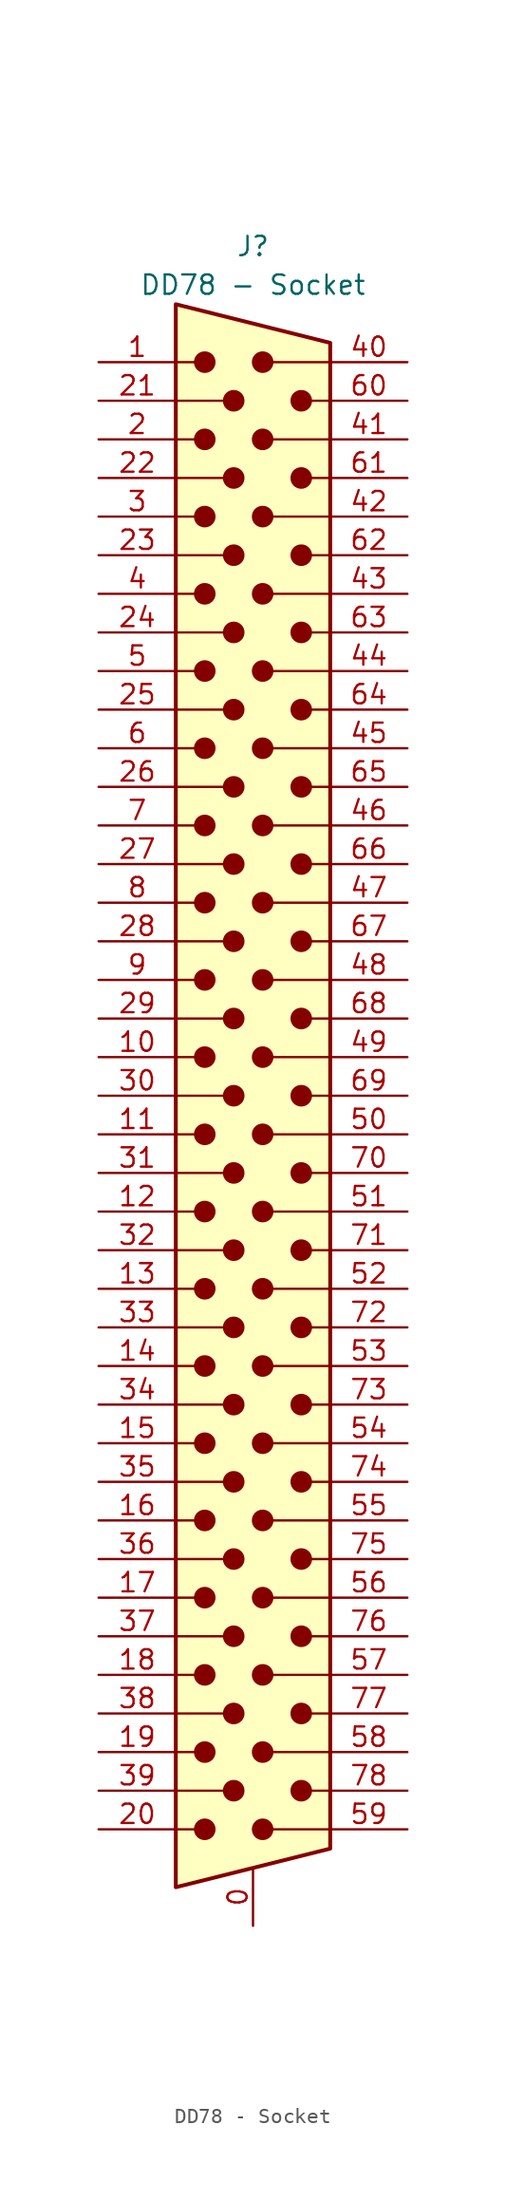
<source format=kicad_sym>
(kicad_symbol_lib
  (version 20220914)
  (generator kicad_symbol_editor)
  (symbol "DD78 - Socket"
    (pin_names
      (offset 1.016) hide)
    (property "Reference" "J"
      (at 0 55.88 0)
      (effects (font (size 1.27 1.27))))
    (property "Value" "DD78 - Socket"
      (at 0 53.34 0)
      (effects (font (size 1.27 1.27))))
    (symbol "DD78 - Socket_0_1"
      (circle (center -3.175 -48.26) (radius 0.635) (stroke (width 0) (type default)) (fill (type outline)))
      (circle (center -3.175 -43.18) (radius 0.635) (stroke (width 0) (type default)) (fill (type outline)))
      (circle (center -3.175 -38.1) (radius 0.635) (stroke (width 0) (type default)) (fill (type outline)))
      (circle (center -3.175 -33.02) (radius 0.635) (stroke (width 0) (type default)) (fill (type outline)))
      (circle (center -3.175 -27.94) (radius 0.635) (stroke (width 0) (type default)) (fill (type outline)))
      (circle (center -3.175 -22.86) (radius 0.635) (stroke (width 0) (type default)) (fill (type outline)))
      (circle (center -3.175 -17.78) (radius 0.635) (stroke (width 0) (type default)) (fill (type outline)))
      (circle (center -3.175 -12.7) (radius 0.635) (stroke (width 0) (type default)) (fill (type outline)))
      (circle (center -3.175 -7.62) (radius 0.635) (stroke (width 0) (type default)) (fill (type outline)))
      (circle (center -3.175 -2.54) (radius 0.635) (stroke (width 0) (type default)) (fill (type outline)))
      (circle (center -3.175 2.54) (radius 0.635) (stroke (width 0) (type default)) (fill (type outline)))
      (circle (center -3.175 7.62) (radius 0.635) (stroke (width 0) (type default)) (fill (type outline)))
      (circle (center -3.175 12.7) (radius 0.635) (stroke (width 0) (type default)) (fill (type outline)))
      (circle (center -3.175 17.78) (radius 0.635) (stroke (width 0) (type default)) (fill (type outline)))
      (circle (center -3.175 22.86) (radius 0.635) (stroke (width 0) (type default)) (fill (type outline)))
      (circle (center -3.175 27.94) (radius 0.635) (stroke (width 0) (type default)) (fill (type outline)))
      (circle (center -3.175 33.02) (radius 0.635) (stroke (width 0) (type default)) (fill (type outline)))
      (circle (center -3.175 38.1) (radius 0.635) (stroke (width 0) (type default)) (fill (type outline)))
      (circle (center -3.175 43.18) (radius 0.635) (stroke (width 0) (type default)) (fill (type outline)))
      (circle (center -3.175 48.26) (radius 0.635) (stroke (width 0) (type default)) (fill (type outline)))
      (circle (center -1.27 -45.72) (radius 0.635) (stroke (width 0) (type default)) (fill (type outline)))
      (circle (center -1.27 -40.64) (radius 0.635) (stroke (width 0) (type default)) (fill (type outline)))
      (circle (center -1.27 -35.56) (radius 0.635) (stroke (width 0) (type default)) (fill (type outline)))
      (circle (center -1.27 -30.48) (radius 0.635) (stroke (width 0) (type default)) (fill (type outline)))
      (circle (center -1.27 -25.4) (radius 0.635) (stroke (width 0) (type default)) (fill (type outline)))
      (circle (center -1.27 -20.32) (radius 0.635) (stroke (width 0) (type default)) (fill (type outline)))
      (circle (center -1.27 -15.24) (radius 0.635) (stroke (width 0) (type default)) (fill (type outline)))
      (circle (center -1.27 -10.16) (radius 0.635) (stroke (width 0) (type default)) (fill (type outline)))
      (circle (center -1.27 -5.08) (radius 0.635) (stroke (width 0) (type default)) (fill (type outline)))
      (circle (center -1.27 0) (radius 0.635) (stroke (width 0) (type default)) (fill (type outline)))
      (circle (center -1.27 5.08) (radius 0.635) (stroke (width 0) (type default)) (fill (type outline)))
      (circle (center -1.27 10.16) (radius 0.635) (stroke (width 0) (type default)) (fill (type outline)))
      (circle (center -1.27 15.24) (radius 0.635) (stroke (width 0) (type default)) (fill (type outline)))
      (circle (center -1.27 20.32) (radius 0.635) (stroke (width 0) (type default)) (fill (type outline)))
      (circle (center -1.27 25.4) (radius 0.635) (stroke (width 0) (type default)) (fill (type outline)))
      (circle (center -1.27 30.48) (radius 0.635) (stroke (width 0) (type default)) (fill (type outline)))
      (circle (center -1.27 35.56) (radius 0.635) (stroke (width 0) (type default)) (fill (type outline)))
      (circle (center -1.27 40.64) (radius 0.635) (stroke (width 0) (type default)) (fill (type outline)))
      (circle (center -1.27 45.72) (radius 0.635) (stroke (width 0) (type default)) (fill (type outline)))
      (polyline (pts (xy -3.81 -48.26) (xy -5.08 -48.26)) (stroke (width 0) (type default)) (fill (type none)))
      (polyline (pts (xy -3.81 -43.18) (xy -5.08 -43.18)) (stroke (width 0) (type default)) (fill (type none)))
      (polyline (pts (xy -3.81 -38.1) (xy -5.08 -38.1)) (stroke (width 0) (type default)) (fill (type none)))
      (polyline (pts (xy -3.81 -33.02) (xy -5.08 -33.02)) (stroke (width 0) (type default)) (fill (type none)))
      (polyline (pts (xy -3.81 -27.94) (xy -5.08 -27.94)) (stroke (width 0) (type default)) (fill (type none)))
      (polyline (pts (xy -3.81 -22.86) (xy -5.08 -22.86)) (stroke (width 0) (type default)) (fill (type none)))
      (polyline (pts (xy -3.81 -17.78) (xy -5.08 -17.78)) (stroke (width 0) (type default)) (fill (type none)))
      (polyline (pts (xy -3.81 -12.7) (xy -5.08 -12.7)) (stroke (width 0) (type default)) (fill (type none)))
      (polyline (pts (xy -3.81 -7.62) (xy -5.08 -7.62)) (stroke (width 0) (type default)) (fill (type none)))
      (polyline (pts (xy -3.81 -2.54) (xy -5.08 -2.54)) (stroke (width 0) (type default)) (fill (type none)))
      (polyline (pts (xy -3.81 2.54) (xy -5.08 2.54)) (stroke (width 0) (type default)) (fill (type none)))
      (polyline (pts (xy -3.81 7.62) (xy -5.08 7.62)) (stroke (width 0) (type default)) (fill (type none)))
      (polyline (pts (xy -3.81 12.7) (xy -5.08 12.7)) (stroke (width 0) (type default)) (fill (type none)))
      (polyline (pts (xy -3.81 17.78) (xy -5.08 17.78)) (stroke (width 0) (type default)) (fill (type none)))
      (polyline (pts (xy -3.81 22.86) (xy -5.08 22.86)) (stroke (width 0) (type default)) (fill (type none)))
      (polyline (pts (xy -3.81 27.94) (xy -5.08 27.94)) (stroke (width 0) (type default)) (fill (type none)))
      (polyline (pts (xy -3.81 33.02) (xy -5.08 33.02)) (stroke (width 0) (type default)) (fill (type none)))
      (polyline (pts (xy -3.81 38.1) (xy -5.08 38.1)) (stroke (width 0) (type default)) (fill (type none)))
      (polyline (pts (xy -3.81 43.18) (xy -5.08 43.18)) (stroke (width 0) (type default)) (fill (type none)))
      (polyline (pts (xy -3.81 48.26) (xy -5.08 48.26)) (stroke (width 0) (type default)) (fill (type none)))
      (polyline (pts (xy -1.27 -45.72) (xy -5.08 -45.72)) (stroke (width 0) (type default)) (fill (type none)))
      (polyline (pts (xy -1.27 -40.64) (xy -5.08 -40.64)) (stroke (width 0) (type default)) (fill (type none)))
      (polyline (pts (xy -1.27 -35.56) (xy -5.08 -35.56)) (stroke (width 0) (type default)) (fill (type none)))
      (polyline (pts (xy -1.27 -30.48) (xy -5.08 -30.48)) (stroke (width 0) (type default)) (fill (type none)))
      (polyline (pts (xy -1.27 -25.4) (xy -5.08 -25.4)) (stroke (width 0) (type default)) (fill (type none)))
      (polyline (pts (xy -1.27 -20.32) (xy -5.08 -20.32)) (stroke (width 0) (type default)) (fill (type none)))
      (polyline (pts (xy -1.27 -15.24) (xy -5.08 -15.24)) (stroke (width 0) (type default)) (fill (type none)))
      (polyline (pts (xy -1.27 -10.16) (xy -5.08 -10.16)) (stroke (width 0) (type default)) (fill (type none)))
      (polyline (pts (xy -1.27 -5.08) (xy -5.08 -5.08)) (stroke (width 0) (type default)) (fill (type none)))
      (polyline (pts (xy -1.27 0) (xy -5.08 0)) (stroke (width 0) (type default)) (fill (type none)))
      (polyline (pts (xy -1.27 5.08) (xy -5.08 5.08)) (stroke (width 0) (type default)) (fill (type none)))
      (polyline (pts (xy -1.27 10.16) (xy -5.08 10.16)) (stroke (width 0) (type default)) (fill (type none)))
      (polyline (pts (xy -1.27 15.24) (xy -5.08 15.24)) (stroke (width 0) (type default)) (fill (type none)))
      (polyline (pts (xy -1.27 20.32) (xy -5.08 20.32)) (stroke (width 0) (type default)) (fill (type none)))
      (polyline (pts (xy -1.27 25.4) (xy -5.08 25.4)) (stroke (width 0) (type default)) (fill (type none)))
      (polyline (pts (xy -1.27 30.48) (xy -5.08 30.48)) (stroke (width 0) (type default)) (fill (type none)))
      (polyline (pts (xy -1.27 35.56) (xy -5.08 35.56)) (stroke (width 0) (type default)) (fill (type none)))
      (polyline (pts (xy -1.27 40.64) (xy -5.08 40.64)) (stroke (width 0) (type default)) (fill (type none)))
      (polyline (pts (xy -1.27 45.72) (xy -5.08 45.72)) (stroke (width 0) (type default)) (fill (type none)))
      (polyline (pts (xy 5.08 -48.26) (xy 1.27 -48.26)) (stroke (width 0) (type default)) (fill (type none)))
      (polyline (pts (xy 5.08 -45.72) (xy 3.81 -45.72)) (stroke (width 0) (type default)) (fill (type none)))
      (polyline (pts (xy 5.08 -43.18) (xy 1.27 -43.18)) (stroke (width 0) (type default)) (fill (type none)))
      (polyline (pts (xy 5.08 -40.64) (xy 3.81 -40.64)) (stroke (width 0) (type default)) (fill (type none)))
      (polyline (pts (xy 5.08 -38.1) (xy 1.27 -38.1)) (stroke (width 0) (type default)) (fill (type none)))
      (polyline (pts (xy 5.08 -35.56) (xy 3.81 -35.56)) (stroke (width 0) (type default)) (fill (type none)))
      (polyline (pts (xy 5.08 -33.02) (xy 1.27 -33.02)) (stroke (width 0) (type default)) (fill (type none)))
      (polyline (pts (xy 5.08 -30.48) (xy 3.81 -30.48)) (stroke (width 0) (type default)) (fill (type none)))
      (polyline (pts (xy 5.08 -27.94) (xy 1.27 -27.94)) (stroke (width 0) (type default)) (fill (type none)))
      (polyline (pts (xy 5.08 -25.4) (xy 3.81 -25.4)) (stroke (width 0) (type default)) (fill (type none)))
      (polyline (pts (xy 5.08 -22.86) (xy 1.27 -22.86)) (stroke (width 0) (type default)) (fill (type none)))
      (polyline (pts (xy 5.08 -20.32) (xy 3.81 -20.32)) (stroke (width 0) (type default)) (fill (type none)))
      (polyline (pts (xy 5.08 -17.78) (xy 1.27 -17.78)) (stroke (width 0) (type default)) (fill (type none)))
      (polyline (pts (xy 5.08 -15.24) (xy 3.81 -15.24)) (stroke (width 0) (type default)) (fill (type none)))
      (polyline (pts (xy 5.08 -12.7) (xy 1.27 -12.7)) (stroke (width 0) (type default)) (fill (type none)))
      (polyline (pts (xy 5.08 -10.16) (xy 3.81 -10.16)) (stroke (width 0) (type default)) (fill (type none)))
      (polyline (pts (xy 5.08 -7.62) (xy 1.27 -7.62)) (stroke (width 0) (type default)) (fill (type none)))
      (polyline (pts (xy 5.08 -5.08) (xy 3.81 -5.08)) (stroke (width 0) (type default)) (fill (type none)))
      (polyline (pts (xy 5.08 -2.54) (xy 1.27 -2.54)) (stroke (width 0) (type default)) (fill (type none)))
      (polyline (pts (xy 5.08 0) (xy 3.81 0)) (stroke (width 0) (type default)) (fill (type none)))
      (polyline (pts (xy 5.08 2.54) (xy 1.27 2.54)) (stroke (width 0) (type default)) (fill (type none)))
      (polyline (pts (xy 5.08 5.08) (xy 3.81 5.08)) (stroke (width 0) (type default)) (fill (type none)))
      (polyline (pts (xy 5.08 7.62) (xy 1.27 7.62)) (stroke (width 0) (type default)) (fill (type none)))
      (polyline (pts (xy 5.08 10.16) (xy 3.81 10.16)) (stroke (width 0) (type default)) (fill (type none)))
      (polyline (pts (xy 5.08 12.7) (xy 1.27 12.7)) (stroke (width 0) (type default)) (fill (type none)))
      (polyline (pts (xy 5.08 15.24) (xy 3.81 15.24)) (stroke (width 0) (type default)) (fill (type none)))
      (polyline (pts (xy 5.08 17.78) (xy 1.27 17.78)) (stroke (width 0) (type default)) (fill (type none)))
      (polyline (pts (xy 5.08 20.32) (xy 3.81 20.32)) (stroke (width 0) (type default)) (fill (type none)))
      (polyline (pts (xy 5.08 22.86) (xy 1.27 22.86)) (stroke (width 0) (type default)) (fill (type none)))
      (polyline (pts (xy 5.08 25.4) (xy 3.81 25.4)) (stroke (width 0) (type default)) (fill (type none)))
      (polyline (pts (xy 5.08 27.94) (xy 1.27 27.94)) (stroke (width 0) (type default)) (fill (type none)))
      (polyline (pts (xy 5.08 30.48) (xy 3.81 30.48)) (stroke (width 0) (type default)) (fill (type none)))
      (polyline (pts (xy 5.08 33.02) (xy 1.27 33.02)) (stroke (width 0) (type default)) (fill (type none)))
      (polyline (pts (xy 5.08 35.56) (xy 3.81 35.56)) (stroke (width 0) (type default)) (fill (type none)))
      (polyline (pts (xy 5.08 38.1) (xy 1.27 38.1)) (stroke (width 0) (type default)) (fill (type none)))
      (polyline (pts (xy 5.08 40.64) (xy 3.81 40.64)) (stroke (width 0) (type default)) (fill (type none)))
      (polyline (pts (xy 5.08 43.18) (xy 1.27 43.18)) (stroke (width 0) (type default)) (fill (type none)))
      (polyline (pts (xy 5.08 45.72) (xy 3.81 45.72)) (stroke (width 0) (type default)) (fill (type none)))
      (polyline (pts (xy 5.08 48.26) (xy 1.27 48.26)) (stroke (width 0) (type default)) (fill (type none)))
      (polyline (pts (xy -5.08 52.07) (xy -5.08 -52.07) (xy 5.08 -49.53) (xy 5.08 49.53) (xy -5.08 52.07)) (stroke (width 0.254) (type default)) (fill (type background)))
      (circle (center 0.635 -48.26) (radius 0.635) (stroke (width 0) (type default)) (fill (type outline)))
      (circle (center 0.635 -43.18) (radius 0.635) (stroke (width 0) (type default)) (fill (type outline)))
      (circle (center 0.635 -38.1) (radius 0.635) (stroke (width 0) (type default)) (fill (type outline)))
      (circle (center 0.635 -33.02) (radius 0.635) (stroke (width 0) (type default)) (fill (type outline)))
      (circle (center 0.635 -27.94) (radius 0.635) (stroke (width 0) (type default)) (fill (type outline)))
      (circle (center 0.635 -22.86) (radius 0.635) (stroke (width 0) (type default)) (fill (type outline)))
      (circle (center 0.635 -17.78) (radius 0.635) (stroke (width 0) (type default)) (fill (type outline)))
      (circle (center 0.635 -12.7) (radius 0.635) (stroke (width 0) (type default)) (fill (type outline)))
      (circle (center 0.635 -7.62) (radius 0.635) (stroke (width 0) (type default)) (fill (type outline)))
      (circle (center 0.635 -2.54) (radius 0.635) (stroke (width 0) (type default)) (fill (type outline)))
      (circle (center 0.635 2.54) (radius 0.635) (stroke (width 0) (type default)) (fill (type outline)))
      (circle (center 0.635 7.62) (radius 0.635) (stroke (width 0) (type default)) (fill (type outline)))
      (circle (center 0.635 12.7) (radius 0.635) (stroke (width 0) (type default)) (fill (type outline)))
      (circle (center 0.635 17.78) (radius 0.635) (stroke (width 0) (type default)) (fill (type outline)))
      (circle (center 0.635 22.86) (radius 0.635) (stroke (width 0) (type default)) (fill (type outline)))
      (circle (center 0.635 27.94) (radius 0.635) (stroke (width 0) (type default)) (fill (type outline)))
      (circle (center 0.635 33.02) (radius 0.635) (stroke (width 0) (type default)) (fill (type outline)))
      (circle (center 0.635 38.1) (radius 0.635) (stroke (width 0) (type default)) (fill (type outline)))
      (circle (center 0.635 43.18) (radius 0.635) (stroke (width 0) (type default)) (fill (type outline)))
      (circle (center 0.635 48.26) (radius 0.635) (stroke (width 0) (type default)) (fill (type outline)))
      (circle (center 3.175 -45.72) (radius 0.635) (stroke (width 0) (type default)) (fill (type outline)))
      (circle (center 3.175 -40.64) (radius 0.635) (stroke (width 0) (type default)) (fill (type outline)))
      (circle (center 3.175 -35.56) (radius 0.635) (stroke (width 0) (type default)) (fill (type outline)))
      (circle (center 3.175 -30.48) (radius 0.635) (stroke (width 0) (type default)) (fill (type outline)))
      (circle (center 3.175 -25.4) (radius 0.635) (stroke (width 0) (type default)) (fill (type outline)))
      (circle (center 3.175 -20.32) (radius 0.635) (stroke (width 0) (type default)) (fill (type outline)))
      (circle (center 3.175 -15.24) (radius 0.635) (stroke (width 0) (type default)) (fill (type outline)))
      (circle (center 3.175 -10.16) (radius 0.635) (stroke (width 0) (type default)) (fill (type outline)))
      (circle (center 3.175 -5.08) (radius 0.635) (stroke (width 0) (type default)) (fill (type outline)))
      (circle (center 3.175 0) (radius 0.635) (stroke (width 0) (type default)) (fill (type outline)))
      (circle (center 3.175 5.08) (radius 0.635) (stroke (width 0) (type default)) (fill (type outline)))
      (circle (center 3.175 10.16) (radius 0.635) (stroke (width 0) (type default)) (fill (type outline)))
      (circle (center 3.175 15.24) (radius 0.635) (stroke (width 0) (type default)) (fill (type outline)))
      (circle (center 3.175 20.32) (radius 0.635) (stroke (width 0) (type default)) (fill (type outline)))
      (circle (center 3.175 25.4) (radius 0.635) (stroke (width 0) (type default)) (fill (type outline)))
      (circle (center 3.175 30.48) (radius 0.635) (stroke (width 0) (type default)) (fill (type outline)))
      (circle (center 3.175 35.56) (radius 0.635) (stroke (width 0) (type default)) (fill (type outline)))
      (circle (center 3.175 40.64) (radius 0.635) (stroke (width 0) (type default)) (fill (type outline)))
      (circle (center 3.175 45.72) (radius 0.635) (stroke (width 0) (type default)) (fill (type outline))))
    (symbol "DD78 - Socket_1_1"
      (pin passive line (at 0 -54.61 90) (length 3.81) (name "0" (effects (font (size 1.27 1.27)))) (number "0" (effects (font (size 1.27 1.27)))))
      (pin passive line (at -10.16 48.26 0) (length 5.08) (name "1" (effects (font (size 1.27 1.27)))) (number "1" (effects (font (size 1.27 1.27)))))
      (pin passive line (at -10.16 2.54 0) (length 5.08) (name "10" (effects (font (size 1.27 1.27)))) (number "10" (effects (font (size 1.27 1.27)))))
      (pin passive line (at -10.16 -2.54 0) (length 5.08) (name "11" (effects (font (size 1.27 1.27)))) (number "11" (effects (font (size 1.27 1.27)))))
      (pin passive line (at -10.16 -7.62 0) (length 5.08) (name "12" (effects (font (size 1.27 1.27)))) (number "12" (effects (font (size 1.27 1.27)))))
      (pin passive line (at -10.16 -12.7 0) (length 5.08) (name "13" (effects (font (size 1.27 1.27)))) (number "13" (effects (font (size 1.27 1.27)))))
      (pin passive line (at -10.16 -17.78 0) (length 5.08) (name "14" (effects (font (size 1.27 1.27)))) (number "14" (effects (font (size 1.27 1.27)))))
      (pin passive line (at -10.16 -22.86 0) (length 5.08) (name "15" (effects (font (size 1.27 1.27)))) (number "15" (effects (font (size 1.27 1.27)))))
      (pin passive line (at -10.16 -27.94 0) (length 5.08) (name "16" (effects (font (size 1.27 1.27)))) (number "16" (effects (font (size 1.27 1.27)))))
      (pin passive line (at -10.16 -33.02 0) (length 5.08) (name "17" (effects (font (size 1.27 1.27)))) (number "17" (effects (font (size 1.27 1.27)))))
      (pin passive line (at -10.16 -38.1 0) (length 5.08) (name "18" (effects (font (size 1.27 1.27)))) (number "18" (effects (font (size 1.27 1.27)))))
      (pin passive line (at -10.16 -43.18 0) (length 5.08) (name "19" (effects (font (size 1.27 1.27)))) (number "19" (effects (font (size 1.27 1.27)))))
      (pin passive line (at -10.16 43.18 0) (length 5.08) (name "2" (effects (font (size 1.27 1.27)))) (number "2" (effects (font (size 1.27 1.27)))))
      (pin passive line (at -10.16 -48.26 0) (length 5.08) (name "20" (effects (font (size 1.27 1.27)))) (number "20" (effects (font (size 1.27 1.27)))))
      (pin passive line (at -10.16 45.72 0) (length 5.08) (name "21" (effects (font (size 1.27 1.27)))) (number "21" (effects (font (size 1.27 1.27)))))
      (pin passive line (at -10.16 40.64 0) (length 5.08) (name "22" (effects (font (size 1.27 1.27)))) (number "22" (effects (font (size 1.27 1.27)))))
      (pin passive line (at -10.16 35.56 0) (length 5.08) (name "23" (effects (font (size 1.27 1.27)))) (number "23" (effects (font (size 1.27 1.27)))))
      (pin passive line (at -10.16 30.48 0) (length 5.08) (name "24" (effects (font (size 1.27 1.27)))) (number "24" (effects (font (size 1.27 1.27)))))
      (pin passive line (at -10.16 25.4 0) (length 5.08) (name "25" (effects (font (size 1.27 1.27)))) (number "25" (effects (font (size 1.27 1.27)))))
      (pin passive line (at -10.16 20.32 0) (length 5.08) (name "26" (effects (font (size 1.27 1.27)))) (number "26" (effects (font (size 1.27 1.27)))))
      (pin passive line (at -10.16 15.24 0) (length 5.08) (name "27" (effects (font (size 1.27 1.27)))) (number "27" (effects (font (size 1.27 1.27)))))
      (pin passive line (at -10.16 10.16 0) (length 5.08) (name "28" (effects (font (size 1.27 1.27)))) (number "28" (effects (font (size 1.27 1.27)))))
      (pin passive line (at -10.16 5.08 0) (length 5.08) (name "29" (effects (font (size 1.27 1.27)))) (number "29" (effects (font (size 1.27 1.27)))))
      (pin passive line (at -10.16 38.1 0) (length 5.08) (name "3" (effects (font (size 1.27 1.27)))) (number "3" (effects (font (size 1.27 1.27)))))
      (pin passive line (at -10.16 0 0) (length 5.08) (name "30" (effects (font (size 1.27 1.27)))) (number "30" (effects (font (size 1.27 1.27)))))
      (pin passive line (at -10.16 -5.08 0) (length 5.08) (name "31" (effects (font (size 1.27 1.27)))) (number "31" (effects (font (size 1.27 1.27)))))
      (pin passive line (at -10.16 -10.16 0) (length 5.08) (name "32" (effects (font (size 1.27 1.27)))) (number "32" (effects (font (size 1.27 1.27)))))
      (pin passive line (at -10.16 -15.24 0) (length 5.08) (name "33" (effects (font (size 1.27 1.27)))) (number "33" (effects (font (size 1.27 1.27)))))
      (pin passive line (at -10.16 -20.32 0) (length 5.08) (name "34" (effects (font (size 1.27 1.27)))) (number "34" (effects (font (size 1.27 1.27)))))
      (pin passive line (at -10.16 -25.4 0) (length 5.08) (name "35" (effects (font (size 1.27 1.27)))) (number "35" (effects (font (size 1.27 1.27)))))
      (pin passive line (at -10.16 -30.48 0) (length 5.08) (name "36" (effects (font (size 1.27 1.27)))) (number "36" (effects (font (size 1.27 1.27)))))
      (pin passive line (at -10.16 -35.56 0) (length 5.08) (name "37" (effects (font (size 1.27 1.27)))) (number "37" (effects (font (size 1.27 1.27)))))
      (pin passive line (at -10.16 -40.64 0) (length 5.08) (name "38" (effects (font (size 1.27 1.27)))) (number "38" (effects (font (size 1.27 1.27)))))
      (pin passive line (at -10.16 -45.72 0) (length 5.08) (name "39" (effects (font (size 1.27 1.27)))) (number "39" (effects (font (size 1.27 1.27)))))
      (pin passive line (at -10.16 33.02 0) (length 5.08) (name "4" (effects (font (size 1.27 1.27)))) (number "4" (effects (font (size 1.27 1.27)))))
      (pin passive line (at 10.16 48.26 180) (length 5.08) (name "40" (effects (font (size 1.27 1.27)))) (number "40" (effects (font (size 1.27 1.27)))))
      (pin passive line (at 10.16 43.18 180) (length 5.08) (name "41" (effects (font (size 1.27 1.27)))) (number "41" (effects (font (size 1.27 1.27)))))
      (pin passive line (at 10.16 38.1 180) (length 5.08) (name "42" (effects (font (size 1.27 1.27)))) (number "42" (effects (font (size 1.27 1.27)))))
      (pin passive line (at 10.16 33.02 180) (length 5.08) (name "43" (effects (font (size 1.27 1.27)))) (number "43" (effects (font (size 1.27 1.27)))))
      (pin passive line (at 10.16 27.94 180) (length 5.08) (name "44" (effects (font (size 1.27 1.27)))) (number "44" (effects (font (size 1.27 1.27)))))
      (pin passive line (at 10.16 22.86 180) (length 5.08) (name "45" (effects (font (size 1.27 1.27)))) (number "45" (effects (font (size 1.27 1.27)))))
      (pin passive line (at 10.16 17.78 180) (length 5.08) (name "46" (effects (font (size 1.27 1.27)))) (number "46" (effects (font (size 1.27 1.27)))))
      (pin passive line (at 10.16 12.7 180) (length 5.08) (name "47" (effects (font (size 1.27 1.27)))) (number "47" (effects (font (size 1.27 1.27)))))
      (pin passive line (at 10.16 7.62 180) (length 5.08) (name "48" (effects (font (size 1.27 1.27)))) (number "48" (effects (font (size 1.27 1.27)))))
      (pin passive line (at 10.16 2.54 180) (length 5.08) (name "49" (effects (font (size 1.27 1.27)))) (number "49" (effects (font (size 1.27 1.27)))))
      (pin passive line (at -10.16 27.94 0) (length 5.08) (name "5" (effects (font (size 1.27 1.27)))) (number "5" (effects (font (size 1.27 1.27)))))
      (pin passive line (at 10.16 -2.54 180) (length 5.08) (name "50" (effects (font (size 1.27 1.27)))) (number "50" (effects (font (size 1.27 1.27)))))
      (pin passive line (at 10.16 -7.62 180) (length 5.08) (name "51" (effects (font (size 1.27 1.27)))) (number "51" (effects (font (size 1.27 1.27)))))
      (pin passive line (at 10.16 -12.7 180) (length 5.08) (name "52" (effects (font (size 1.27 1.27)))) (number "52" (effects (font (size 1.27 1.27)))))
      (pin passive line (at 10.16 -17.78 180) (length 5.08) (name "53" (effects (font (size 1.27 1.27)))) (number "53" (effects (font (size 1.27 1.27)))))
      (pin passive line (at 10.16 -22.86 180) (length 5.08) (name "54" (effects (font (size 1.27 1.27)))) (number "54" (effects (font (size 1.27 1.27)))))
      (pin passive line (at 10.16 -27.94 180) (length 5.08) (name "55" (effects (font (size 1.27 1.27)))) (number "55" (effects (font (size 1.27 1.27)))))
      (pin passive line (at 10.16 -33.02 180) (length 5.08) (name "56" (effects (font (size 1.27 1.27)))) (number "56" (effects (font (size 1.27 1.27)))))
      (pin passive line (at 10.16 -38.1 180) (length 5.08) (name "57" (effects (font (size 1.27 1.27)))) (number "57" (effects (font (size 1.27 1.27)))))
      (pin passive line (at 10.16 -43.18 180) (length 5.08) (name "58" (effects (font (size 1.27 1.27)))) (number "58" (effects (font (size 1.27 1.27)))))
      (pin passive line (at 10.16 -48.26 180) (length 5.08) (name "59" (effects (font (size 1.27 1.27)))) (number "59" (effects (font (size 1.27 1.27)))))
      (pin passive line (at -10.16 22.86 0) (length 5.08) (name "6" (effects (font (size 1.27 1.27)))) (number "6" (effects (font (size 1.27 1.27)))))
      (pin passive line (at 10.16 45.72 180) (length 5.08) (name "60" (effects (font (size 1.27 1.27)))) (number "60" (effects (font (size 1.27 1.27)))))
      (pin passive line (at 10.16 40.64 180) (length 5.08) (name "61" (effects (font (size 1.27 1.27)))) (number "61" (effects (font (size 1.27 1.27)))))
      (pin passive line (at 10.16 35.56 180) (length 5.08) (name "62" (effects (font (size 1.27 1.27)))) (number "62" (effects (font (size 1.27 1.27)))))
      (pin passive line (at 10.16 30.48 180) (length 5.08) (name "63" (effects (font (size 1.27 1.27)))) (number "63" (effects (font (size 1.27 1.27)))))
      (pin passive line (at 10.16 25.4 180) (length 5.08) (name "64" (effects (font (size 1.27 1.27)))) (number "64" (effects (font (size 1.27 1.27)))))
      (pin passive line (at 10.16 20.32 180) (length 5.08) (name "65" (effects (font (size 1.27 1.27)))) (number "65" (effects (font (size 1.27 1.27)))))
      (pin passive line (at 10.16 15.24 180) (length 5.08) (name "66" (effects (font (size 1.27 1.27)))) (number "66" (effects (font (size 1.27 1.27)))))
      (pin passive line (at 10.16 10.16 180) (length 5.08) (name "67" (effects (font (size 1.27 1.27)))) (number "67" (effects (font (size 1.27 1.27)))))
      (pin passive line (at 10.16 5.08 180) (length 5.08) (name "68" (effects (font (size 1.27 1.27)))) (number "68" (effects (font (size 1.27 1.27)))))
      (pin passive line (at 10.16 0 180) (length 5.08) (name "69" (effects (font (size 1.27 1.27)))) (number "69" (effects (font (size 1.27 1.27)))))
      (pin passive line (at -10.16 17.78 0) (length 5.08) (name "7" (effects (font (size 1.27 1.27)))) (number "7" (effects (font (size 1.27 1.27)))))
      (pin passive line (at 10.16 -5.08 180) (length 5.08) (name "70" (effects (font (size 1.27 1.27)))) (number "70" (effects (font (size 1.27 1.27)))))
      (pin passive line (at 10.16 -10.16 180) (length 5.08) (name "71" (effects (font (size 1.27 1.27)))) (number "71" (effects (font (size 1.27 1.27)))))
      (pin passive line (at 10.16 -15.24 180) (length 5.08) (name "72" (effects (font (size 1.27 1.27)))) (number "72" (effects (font (size 1.27 1.27)))))
      (pin passive line (at 10.16 -20.32 180) (length 5.08) (name "73" (effects (font (size 1.27 1.27)))) (number "73" (effects (font (size 1.27 1.27)))))
      (pin passive line (at 10.16 -25.4 180) (length 5.08) (name "74" (effects (font (size 1.27 1.27)))) (number "74" (effects (font (size 1.27 1.27)))))
      (pin passive line (at 10.16 -30.48 180) (length 5.08) (name "75" (effects (font (size 1.27 1.27)))) (number "75" (effects (font (size 1.27 1.27)))))
      (pin passive line (at 10.16 -35.56 180) (length 5.08) (name "76" (effects (font (size 1.27 1.27)))) (number "76" (effects (font (size 1.27 1.27)))))
      (pin passive line (at 10.16 -40.64 180) (length 5.08) (name "77" (effects (font (size 1.27 1.27)))) (number "77" (effects (font (size 1.27 1.27)))))
      (pin passive line (at 10.16 -45.72 180) (length 5.08) (name "78" (effects (font (size 1.27 1.27)))) (number "78" (effects (font (size 1.27 1.27)))))
      (pin passive line (at -10.16 12.7 0) (length 5.08) (name "8" (effects (font (size 1.27 1.27)))) (number "8" (effects (font (size 1.27 1.27)))))
      (pin passive line (at -10.16 7.62 0) (length 5.08) (name "9" (effects (font (size 1.27 1.27)))) (number "9" (effects (font (size 1.27 1.27))))))))
</source>
